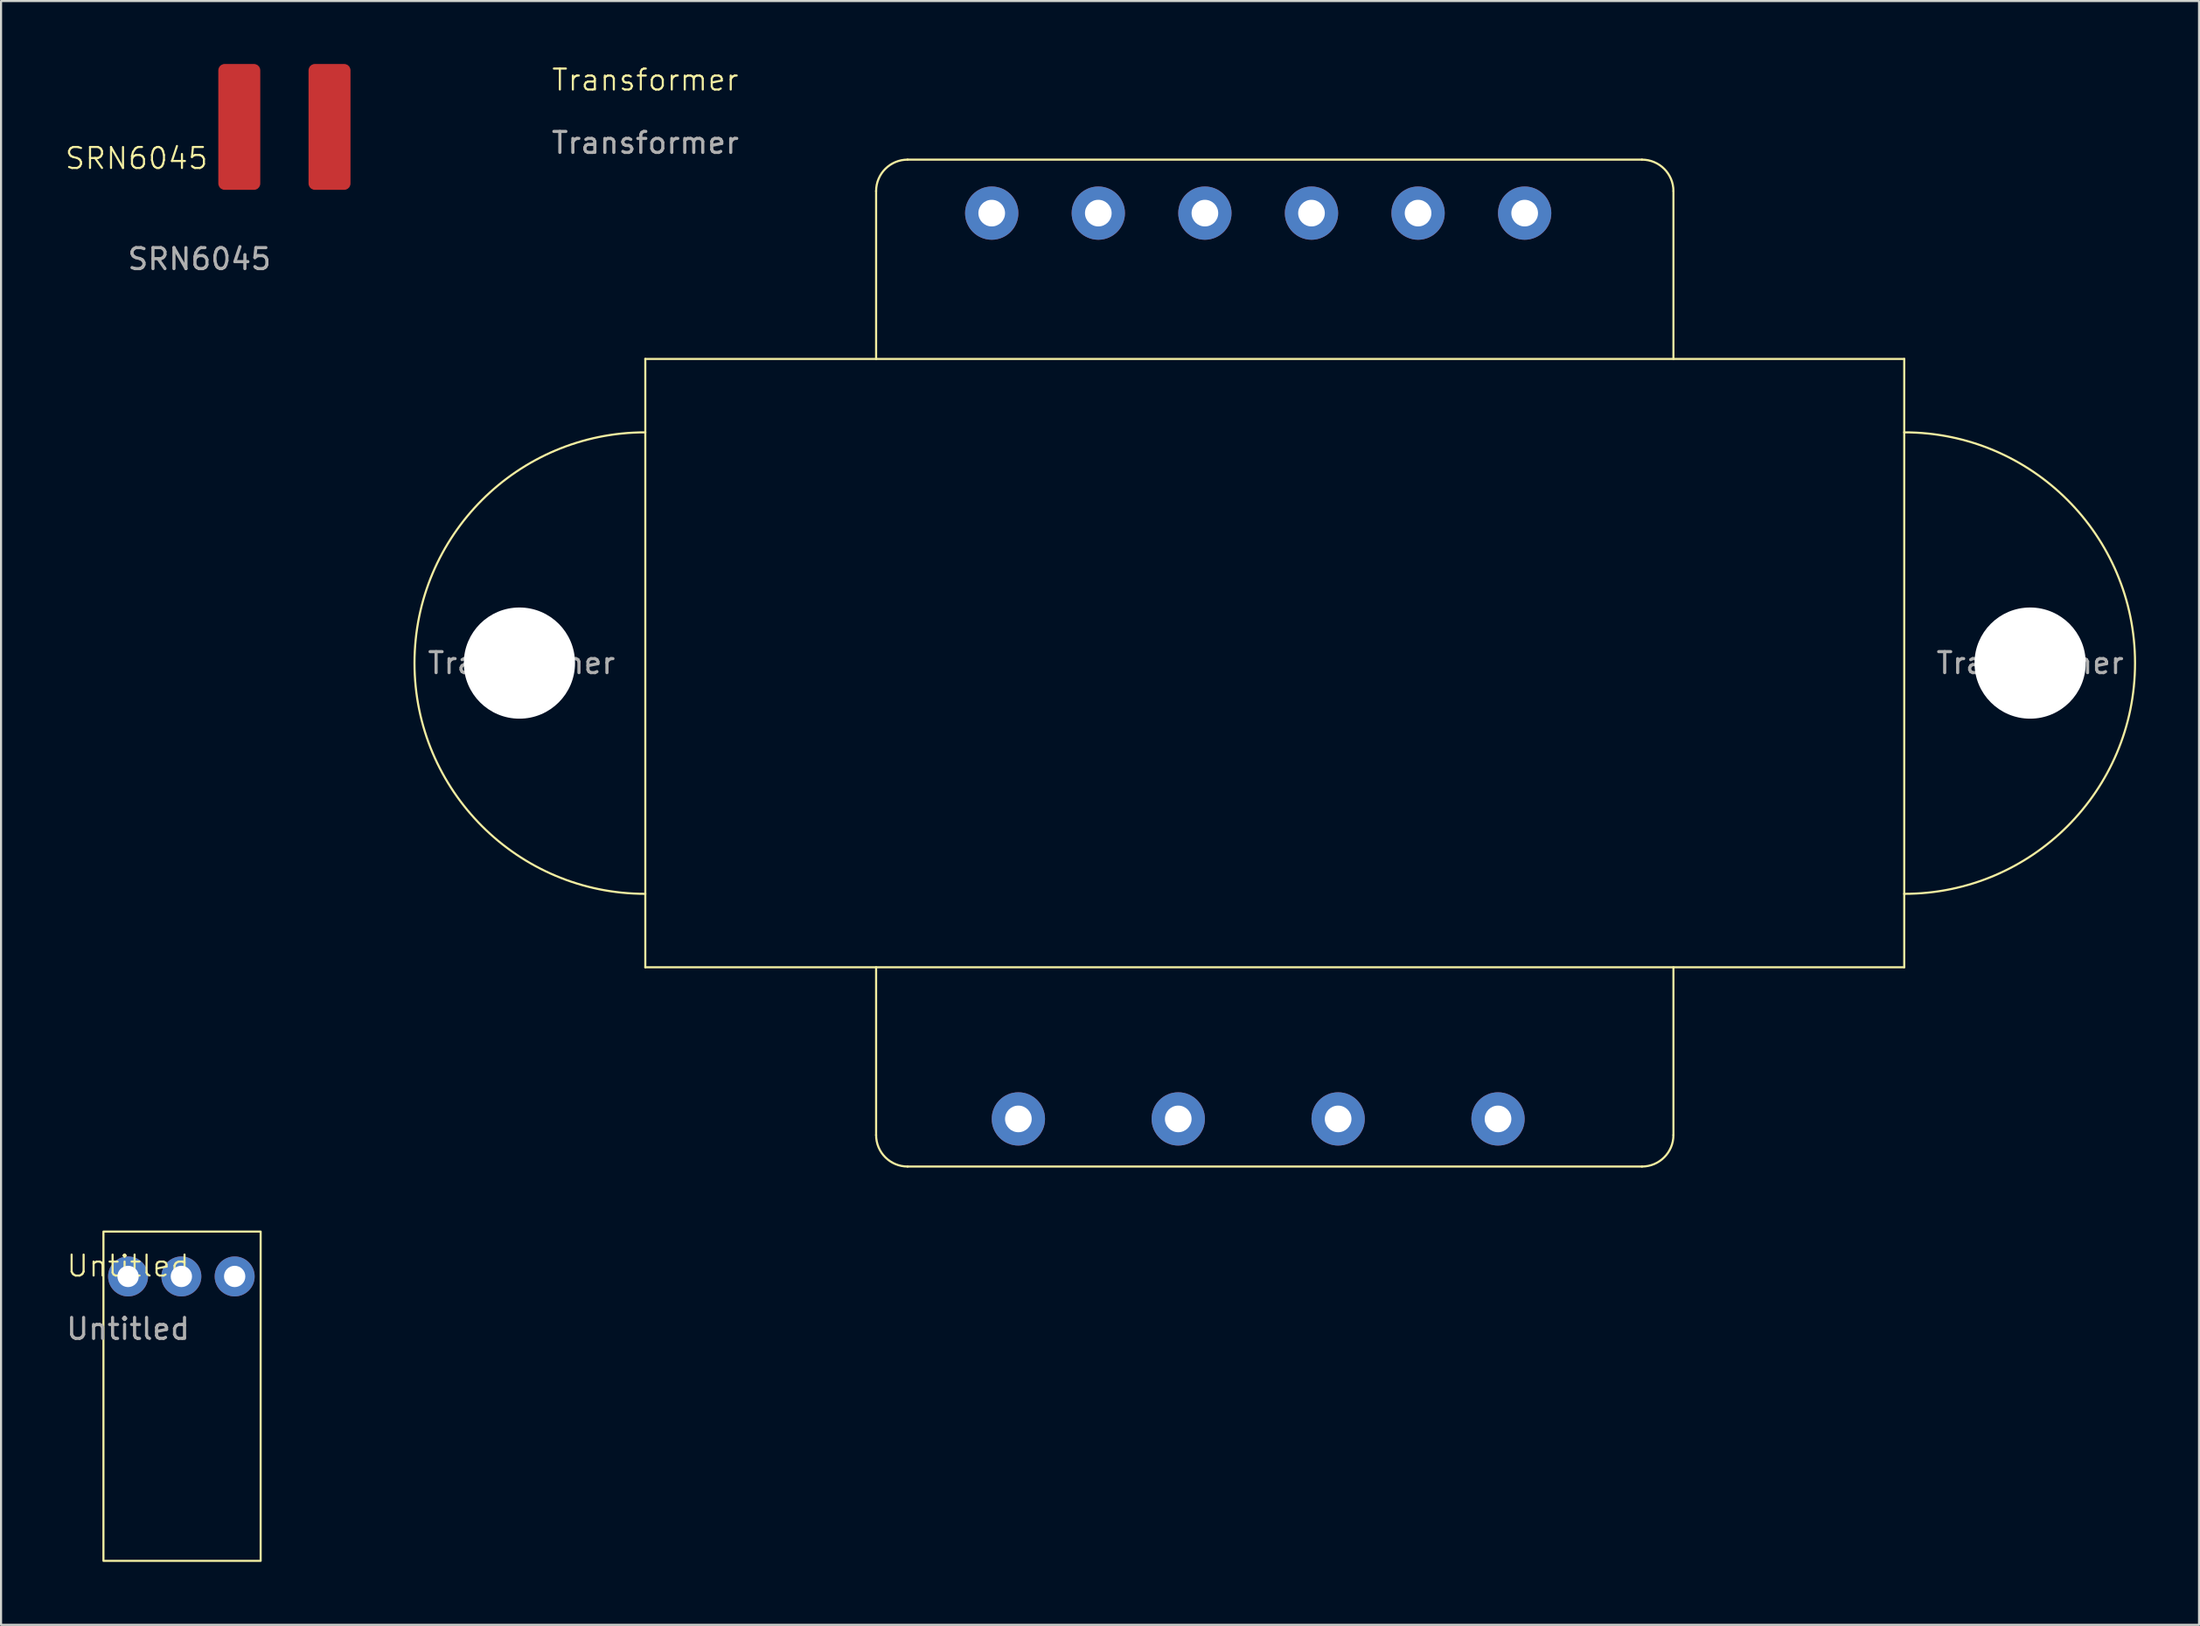
<source format=kicad_pcb>
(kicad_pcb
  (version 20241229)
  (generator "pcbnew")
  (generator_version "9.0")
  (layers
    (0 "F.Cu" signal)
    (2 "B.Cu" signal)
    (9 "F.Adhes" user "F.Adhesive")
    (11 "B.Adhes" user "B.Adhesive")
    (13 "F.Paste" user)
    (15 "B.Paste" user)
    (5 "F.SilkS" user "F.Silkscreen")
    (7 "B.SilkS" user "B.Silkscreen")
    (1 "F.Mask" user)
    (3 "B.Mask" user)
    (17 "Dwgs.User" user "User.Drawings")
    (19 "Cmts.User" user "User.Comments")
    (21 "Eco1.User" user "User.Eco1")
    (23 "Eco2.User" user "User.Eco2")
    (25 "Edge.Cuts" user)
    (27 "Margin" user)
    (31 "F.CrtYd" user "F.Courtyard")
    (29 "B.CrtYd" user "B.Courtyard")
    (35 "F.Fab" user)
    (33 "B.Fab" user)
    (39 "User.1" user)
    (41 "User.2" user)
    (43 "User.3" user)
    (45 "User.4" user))
  (footprint "SRN6045"
    (layer "F.Cu")
    (at 7.355 6)
    (property "Reference" "SRN6045" (at -3.9 -1.5 0) (unlocked yes) (layer "F.SilkS") (effects (font (size 1 1) (thickness 0.1))))
    (attr smd)
    (fp_text user "${REFERENCE}" (at -0.9 3.3 0) (unlocked yes) (layer "F.Fab") (effects (font (size 1 1) (thickness 0.15))))
    (pad "1" smd roundrect (at 1 -3) (size 2 6) (layers "F.Cu" "F.Mask" "F.Paste") (roundrect_rratio 0.15))
    (pad "2" smd roundrect (at 5.3 -3) (size 2 6) (layers "F.Cu" "F.Mask" "F.Paste") (roundrect_rratio 0.15)))
  (footprint "Untitled"
    (layer "F.Cu")
    (at 3.054 57.799)
    (property "Reference" "Untitled" (at 0 -0.5 0) (unlocked yes) (layer "F.SilkS") (effects (font (size 1 1) (thickness 0.1))))
    (attr smd)
    (fp_rect (start -1.174 -2.139) (end 6.319 13.558) (stroke (width 0.1) (type solid)) (fill no) (layer "F.SilkS"))
    (fp_text user "${REFERENCE}" (at 0 2.5 0) (unlocked yes) (layer "F.Fab") (effects (font (size 1 1) (thickness 0.15))))
    (dimension (type orthogonal) (layer "User.1") (pts (xy 9.404 57.799) (xy 10.678 71.337)) (height 5.08) (orientation 1) (format (prefix "") (suffix "") (units 3) (units_format 0) (precision 4) (suppress_zeroes yes)) (style (thickness 0.1) (arrow_length 1.27) (text_position_mode 0) (arrow_direction outward) (extension_height 0.586) (extension_offset 0.5) (keep_text_aligned yes)) (gr_text "13.5371" (at 13.384 64.568 90) (layer "User.1") (effects (font (size 1 1) (thickness 0.1)))))
    (pad "1" thru_hole circle (at 0 0) (size 1.905 1.905) (drill 1.016) (layers "*.Cu" "*.Mask"))
    (pad "2" thru_hole circle (at 2.54 0) (size 1.905 1.905) (drill 1.016) (layers "*.Cu" "*.Mask"))
    (pad "3" thru_hole circle (at 5.08 0) (size 1.905 1.905) (drill 1.016) (layers "*.Cu" "*.Mask")))
  (footprint "Transformer"
    (layer "F.Cu")
    (at 27.705 51.56)
    (property "Reference" "Transformer" (at 0 -50.8 0) (unlocked yes) (layer "F.SilkS") (effects (font (size 1 1) (thickness 0.1))))
    (attr smd)
    (fp_line (start 0 -37.5) (end 60 -37.5) (stroke (width 0.1) (type default)) (layer "F.SilkS"))
    (fp_line (start 0 -8.5) (end 0 -37.5) (stroke (width 0.1) (type default)) (layer "F.SilkS"))
    (fp_line (start 11 -37.5) (end 11 -45.5) (stroke (width 0.1) (type default)) (layer "F.SilkS"))
    (fp_line (start 11 -0.5) (end 11 -8.5) (stroke (width 0.1) (type default)) (layer "F.SilkS"))
    (fp_line (start 12.5 -47) (end 47.5 -47) (stroke (width 0.1) (type default)) (layer "F.SilkS"))
    (fp_line (start 12.5 1) (end 47.5 1) (stroke (width 0.1) (type default)) (layer "F.SilkS"))
    (fp_line (start 49 -37.5) (end 49 -45.5) (stroke (width 0.1) (type default)) (layer "F.SilkS"))
    (fp_line (start 49 -0.5) (end 49 -8.5) (stroke (width 0.1) (type default)) (layer "F.SilkS"))
    (fp_line (start 60 -8.5) (end 0 -8.5) (stroke (width 0.1) (type default)) (layer "F.SilkS"))
    (fp_line (start 60 -8.5) (end 60 -37.5) (stroke (width 0.1) (type default)) (layer "F.SilkS"))
    (fp_arc (start 0 -12) (mid -11 -23) (end 0 -34) (stroke (width 0.1) (type default)) (layer "F.SilkS"))
    (fp_arc (start 11 -45.5) (mid 11.43934 -46.56066) (end 12.5 -47) (stroke (width 0.1) (type default)) (layer "F.SilkS"))
    (fp_arc (start 12.5 1) (mid 11.43934 0.56066) (end 11 -0.5) (stroke (width 0.1) (type default)) (layer "F.SilkS"))
    (fp_arc (start 47.5 -47) (mid 48.56066 -46.56066) (end 49 -45.5) (stroke (width 0.1) (type default)) (layer "F.SilkS"))
    (fp_arc (start 49 -0.5) (mid 48.56066 0.56066) (end 47.5 1) (stroke (width 0.1) (type default)) (layer "F.SilkS"))
    (fp_arc (start 60 -34) (mid 71 -23) (end 60 -12) (stroke (width 0.1) (type default)) (layer "F.SilkS"))
    (fp_text user "${REFERENCE}" (at 66 -23 0) (layer "F.Fab") (effects (font (size 1 1) (thickness 0.15))))
    (fp_text user "${REFERENCE}" (at -5.9 -23 0) (layer "F.Fab") (effects (font (size 1 1) (thickness 0.15))))
    (fp_text user "${REFERENCE}" (at 0 -47.8 0) (unlocked yes) (layer "F.Fab") (effects (font (size 1 1) (thickness 0.15))))
    (pad "" np_thru_hole circle (at -6 -23) (size 5.3 5.3) (drill 5.3) (layers "*.Cu" "*.Mask"))
    (pad "" np_thru_hole circle (at 66 -23) (size 5.3 5.3) (drill 5.3) (layers "*.Cu" "*.Mask"))
    (pad "1" thru_hole circle (at 40.64 -1.27) (size 2.54 2.54) (drill 1.27) (layers "*.Cu" "*.Mask"))
    (pad "2" thru_hole circle (at 25.4 -1.27) (size 2.54 2.54) (drill 1.27) (layers "*.Cu" "*.Mask"))
    (pad "3" thru_hole circle (at 33.02 -1.27) (size 2.54 2.54) (drill 1.27) (layers "*.Cu" "*.Mask"))
    (pad "4" thru_hole circle (at 17.78 -1.27) (size 2.54 2.54) (drill 1.27) (layers "*.Cu" "*.Mask"))
    (pad "5" thru_hole circle (at 16.51 -44.45) (size 2.54 2.54) (drill 1.27) (layers "*.Cu" "*.Mask"))
    (pad "6" thru_hole circle (at 21.59 -44.45) (size 2.54 2.54) (drill 1.27) (layers "*.Cu" "*.Mask"))
    (pad "7" thru_hole circle (at 26.67 -44.45) (size 2.54 2.54) (drill 1.27) (layers "*.Cu" "*.Mask"))
    (pad "8" thru_hole circle (at 31.75 -44.45) (size 2.54 2.54) (drill 1.27) (layers "*.Cu" "*.Mask"))
    (pad "9" thru_hole circle (at 36.83 -44.45) (size 2.54 2.54) (drill 1.27) (layers "*.Cu" "*.Mask"))
    (pad "10" thru_hole circle (at 41.91 -44.45) (size 2.54 2.54) (drill 1.27) (layers "*.Cu" "*.Mask")))
  (gr_rect
    (start -3 -3)
    (end 101.755 74.408)
    (stroke (width 0.1) (type default))
    (fill no)
    (layer "Edge.Cuts")))
</source>
